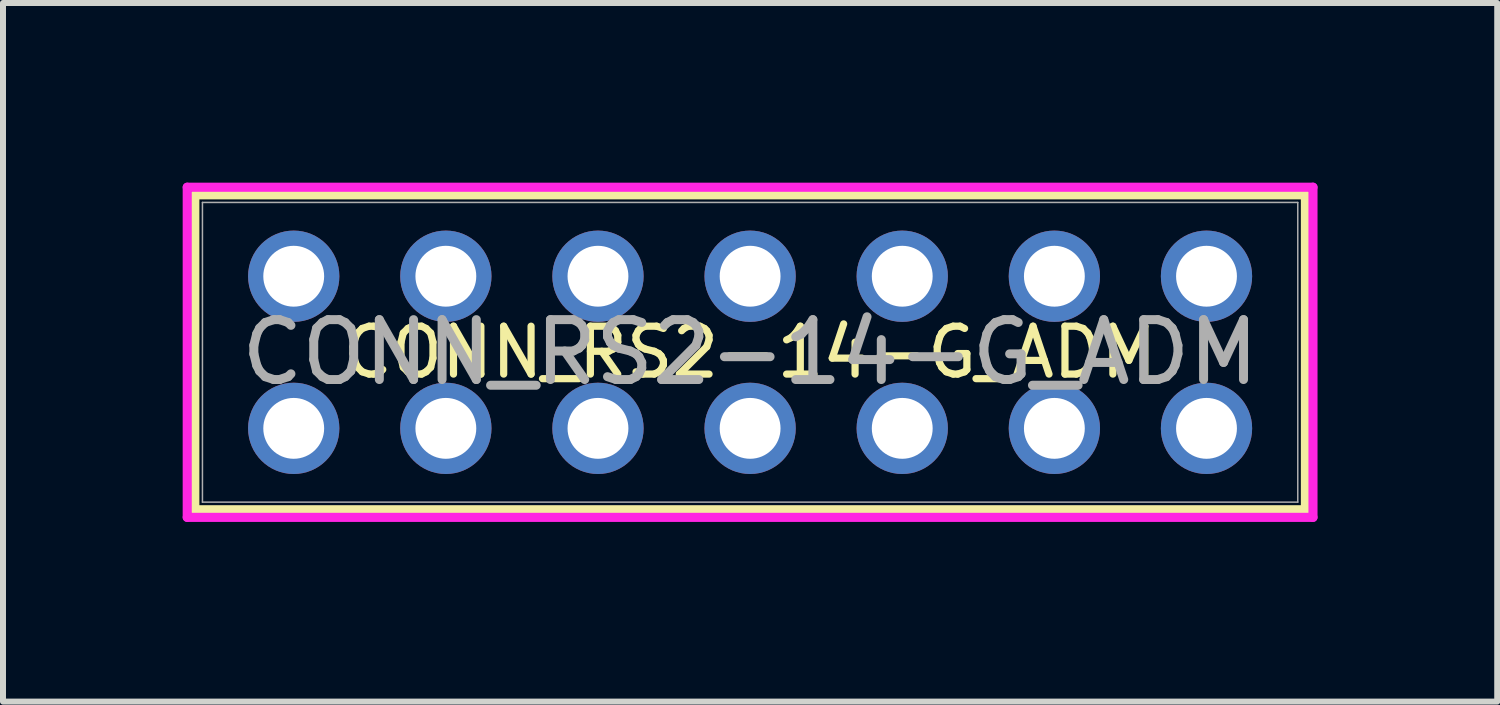
<source format=kicad_pcb>
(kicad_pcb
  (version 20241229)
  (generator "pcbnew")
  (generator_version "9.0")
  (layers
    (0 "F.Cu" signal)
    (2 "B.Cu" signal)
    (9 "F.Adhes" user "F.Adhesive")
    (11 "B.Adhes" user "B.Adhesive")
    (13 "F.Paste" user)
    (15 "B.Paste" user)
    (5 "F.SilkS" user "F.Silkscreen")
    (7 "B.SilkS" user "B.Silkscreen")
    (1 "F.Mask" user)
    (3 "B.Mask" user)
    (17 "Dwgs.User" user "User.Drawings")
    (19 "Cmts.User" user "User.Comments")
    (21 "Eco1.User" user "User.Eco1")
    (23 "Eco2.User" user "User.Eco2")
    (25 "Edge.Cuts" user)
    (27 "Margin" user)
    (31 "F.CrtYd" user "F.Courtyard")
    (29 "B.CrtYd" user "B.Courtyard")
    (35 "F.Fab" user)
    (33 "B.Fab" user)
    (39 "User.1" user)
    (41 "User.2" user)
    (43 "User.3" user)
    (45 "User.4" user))
  (footprint "CONN_RS2-14-G_ADM"
    (layer "F.Cu")
    (at 1.854 1.562)
    (property "Reference" "CONN_RS2-14-G_ADM" (at 7.62 1.27 0) (unlocked yes) (layer "F.SilkS") (effects (font (size 0.8 0.8) (thickness 0.12))))
    (attr through_hole)
    (fp_line (start -1.651 -1.359) (end -1.651 3.899) (stroke (width 0.152) (type solid)) (layer "F.SilkS"))
    (fp_line (start -1.651 3.899) (end 16.891 3.899) (stroke (width 0.152) (type solid)) (layer "F.SilkS"))
    (fp_line (start 16.891 -1.359) (end -1.651 -1.359) (stroke (width 0.152) (type solid)) (layer "F.SilkS"))
    (fp_line (start 16.891 3.899) (end 16.891 -1.359) (stroke (width 0.152) (type solid)) (layer "F.SilkS"))
    (fp_line (start -1.778 -1.486) (end -1.778 4.026) (stroke (width 0.152) (type solid)) (layer "F.CrtYd"))
    (fp_line (start -1.778 4.026) (end 17.018 4.026) (stroke (width 0.152) (type solid)) (layer "F.CrtYd"))
    (fp_line (start 17.018 -1.486) (end -1.778 -1.486) (stroke (width 0.152) (type solid)) (layer "F.CrtYd"))
    (fp_line (start 17.018 4.026) (end 17.018 -1.486) (stroke (width 0.152) (type solid)) (layer "F.CrtYd"))
    (fp_line (start -1.524 -1.232) (end -1.524 3.772) (stroke (width 0.025) (type solid)) (layer "F.Fab"))
    (fp_line (start -1.524 3.772) (end 16.764 3.772) (stroke (width 0.025) (type solid)) (layer "F.Fab"))
    (fp_line (start 16.764 -1.232) (end -1.524 -1.232) (stroke (width 0.025) (type solid)) (layer "F.Fab"))
    (fp_line (start 16.764 3.772) (end 16.764 -1.232) (stroke (width 0.025) (type solid)) (layer "F.Fab"))
    (fp_text user "${REFERENCE}" (at 7.62 1.27 0) (unlocked yes) (layer "F.Fab") (effects (font (size 1 1) (thickness 0.15))))
    (pad "1" thru_hole circle (at 0 0) (size 1.524 1.524) (drill 1.016) (layers "*.Cu" "*.Mask"))
    (pad "2" thru_hole circle (at 0 2.54) (size 1.524 1.524) (drill 1.016) (layers "*.Cu" "*.Mask"))
    (pad "3" thru_hole circle (at 2.54 0) (size 1.524 1.524) (drill 1.016) (layers "*.Cu" "*.Mask"))
    (pad "4" thru_hole circle (at 2.54 2.54) (size 1.524 1.524) (drill 1.016) (layers "*.Cu" "*.Mask"))
    (pad "5" thru_hole circle (at 5.08 0) (size 1.524 1.524) (drill 1.016) (layers "*.Cu" "*.Mask"))
    (pad "6" thru_hole circle (at 5.08 2.54) (size 1.524 1.524) (drill 1.016) (layers "*.Cu" "*.Mask"))
    (pad "7" thru_hole circle (at 7.62 0) (size 1.524 1.524) (drill 1.016) (layers "*.Cu" "*.Mask"))
    (pad "8" thru_hole circle (at 7.62 2.54) (size 1.524 1.524) (drill 1.016) (layers "*.Cu" "*.Mask"))
    (pad "9" thru_hole circle (at 10.16 0) (size 1.524 1.524) (drill 1.016) (layers "*.Cu" "*.Mask"))
    (pad "10" thru_hole circle (at 10.16 2.54) (size 1.524 1.524) (drill 1.016) (layers "*.Cu" "*.Mask"))
    (pad "11" thru_hole circle (at 12.7 0) (size 1.524 1.524) (drill 1.016) (layers "*.Cu" "*.Mask"))
    (pad "12" thru_hole circle (at 12.7 2.54) (size 1.524 1.524) (drill 1.016) (layers "*.Cu" "*.Mask"))
    (pad "13" thru_hole circle (at 15.24 0) (size 1.524 1.524) (drill 1.016) (layers "*.Cu" "*.Mask"))
    (pad "14" thru_hole circle (at 15.24 2.54) (size 1.524 1.524) (drill 1.016) (layers "*.Cu" "*.Mask")))
  (gr_rect
    (start -3 -3)
    (end 21.948 8.664)
    (stroke (width 0.1) (type default))
    (fill no)
    (layer "Edge.Cuts")))
</source>
